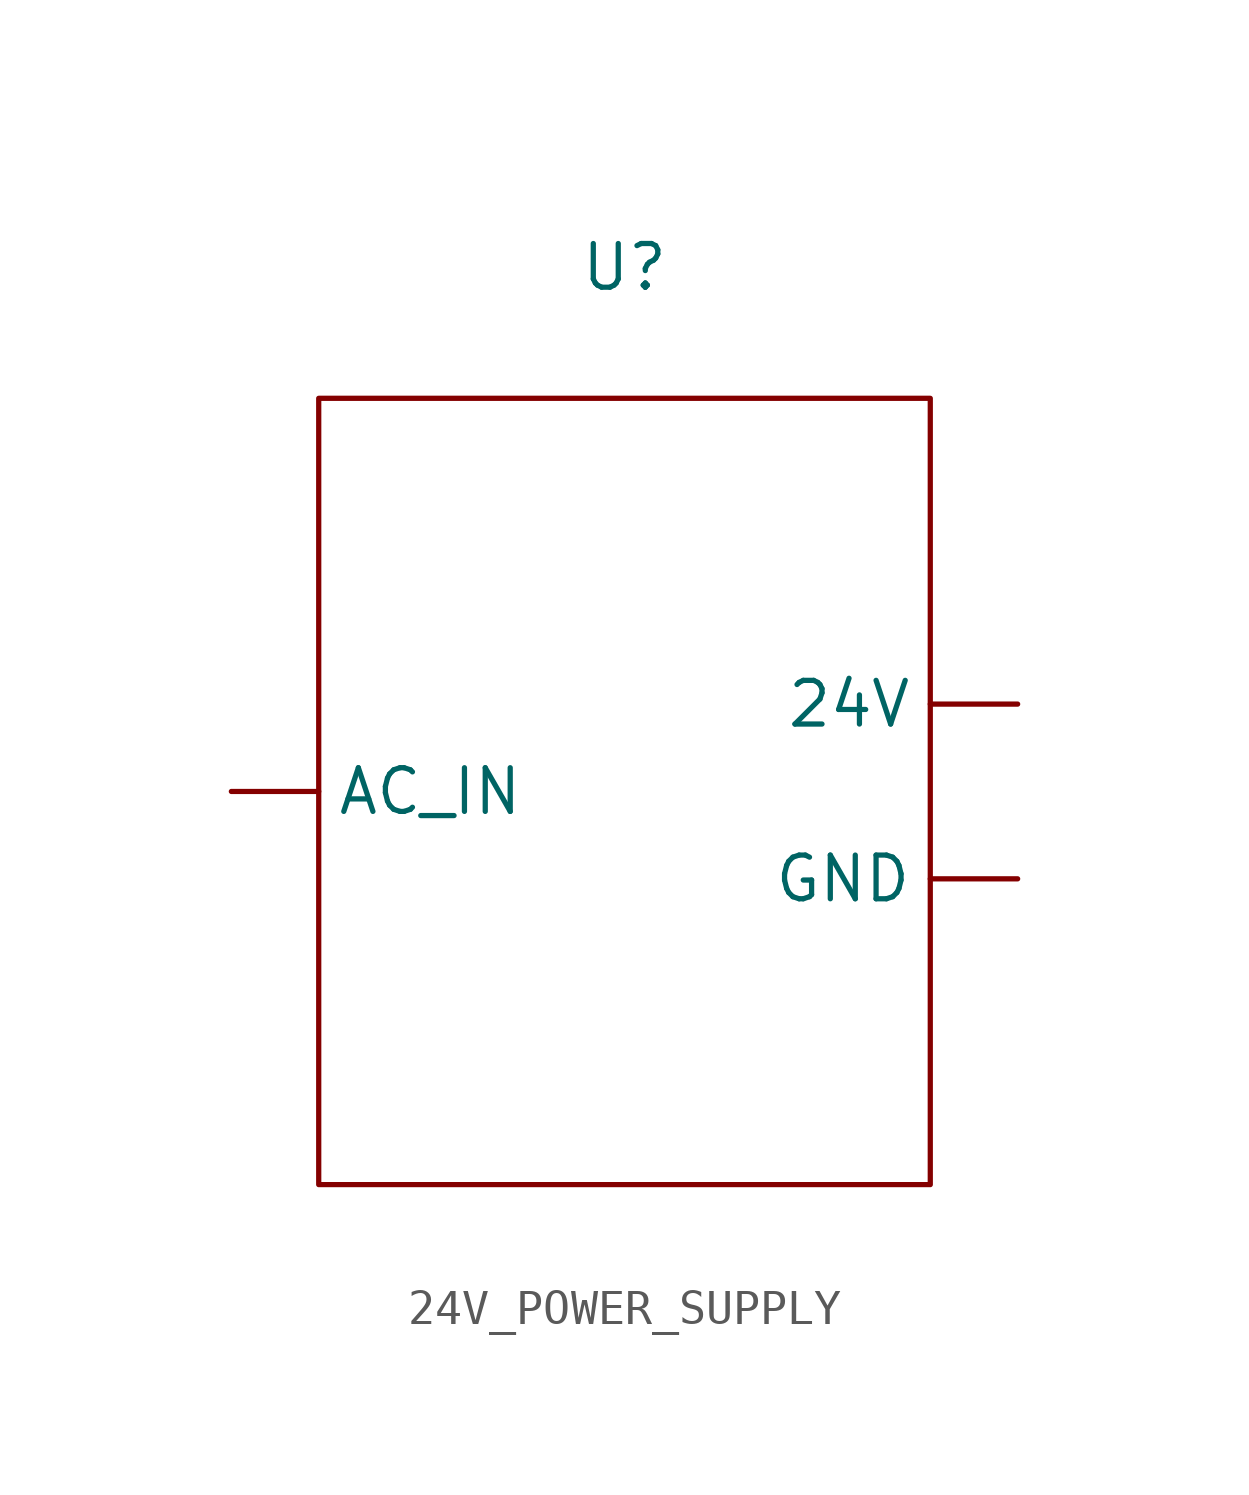
<source format=kicad_sym>
(kicad_symbol_lib
  (version 20231120)
  (generator "kicad_symbol_editor")
  (generator_version "8.0")
  (symbol "24V_POWER_SUPPLY"
    (property "Reference" "U"
      (at 0 0 0)
      (effects (font (size 1.27 1.27))))
    (property "Value" ""
      (at 0 0 0)
      (effects (font (size 1.27 1.27))))
    (symbol "24V_POWER_SUPPLY_0_1"
      (rectangle (start -8.89 -3.81) (end 8.89 -26.67) (stroke (width 0) (type default)) (fill (type none))))
    (symbol "24V_POWER_SUPPLY_1_1"
      (pin input line (at 11.43 -12.7 180) (length 2.54) (name "24V" (effects (font (size 1.27 1.27)))) (number "" (effects (font (size 1.27 1.27)))))
      (pin input line (at -11.43 -15.24 0) (length 2.54) (name "AC_IN" (effects (font (size 1.27 1.27)))) (number "" (effects (font (size 1.27 1.27)))))
      (pin input line (at 11.43 -17.78 180) (length 2.54) (name "GND" (effects (font (size 1.27 1.27)))) (number "" (effects (font (size 1.27 1.27))))))))
</source>
